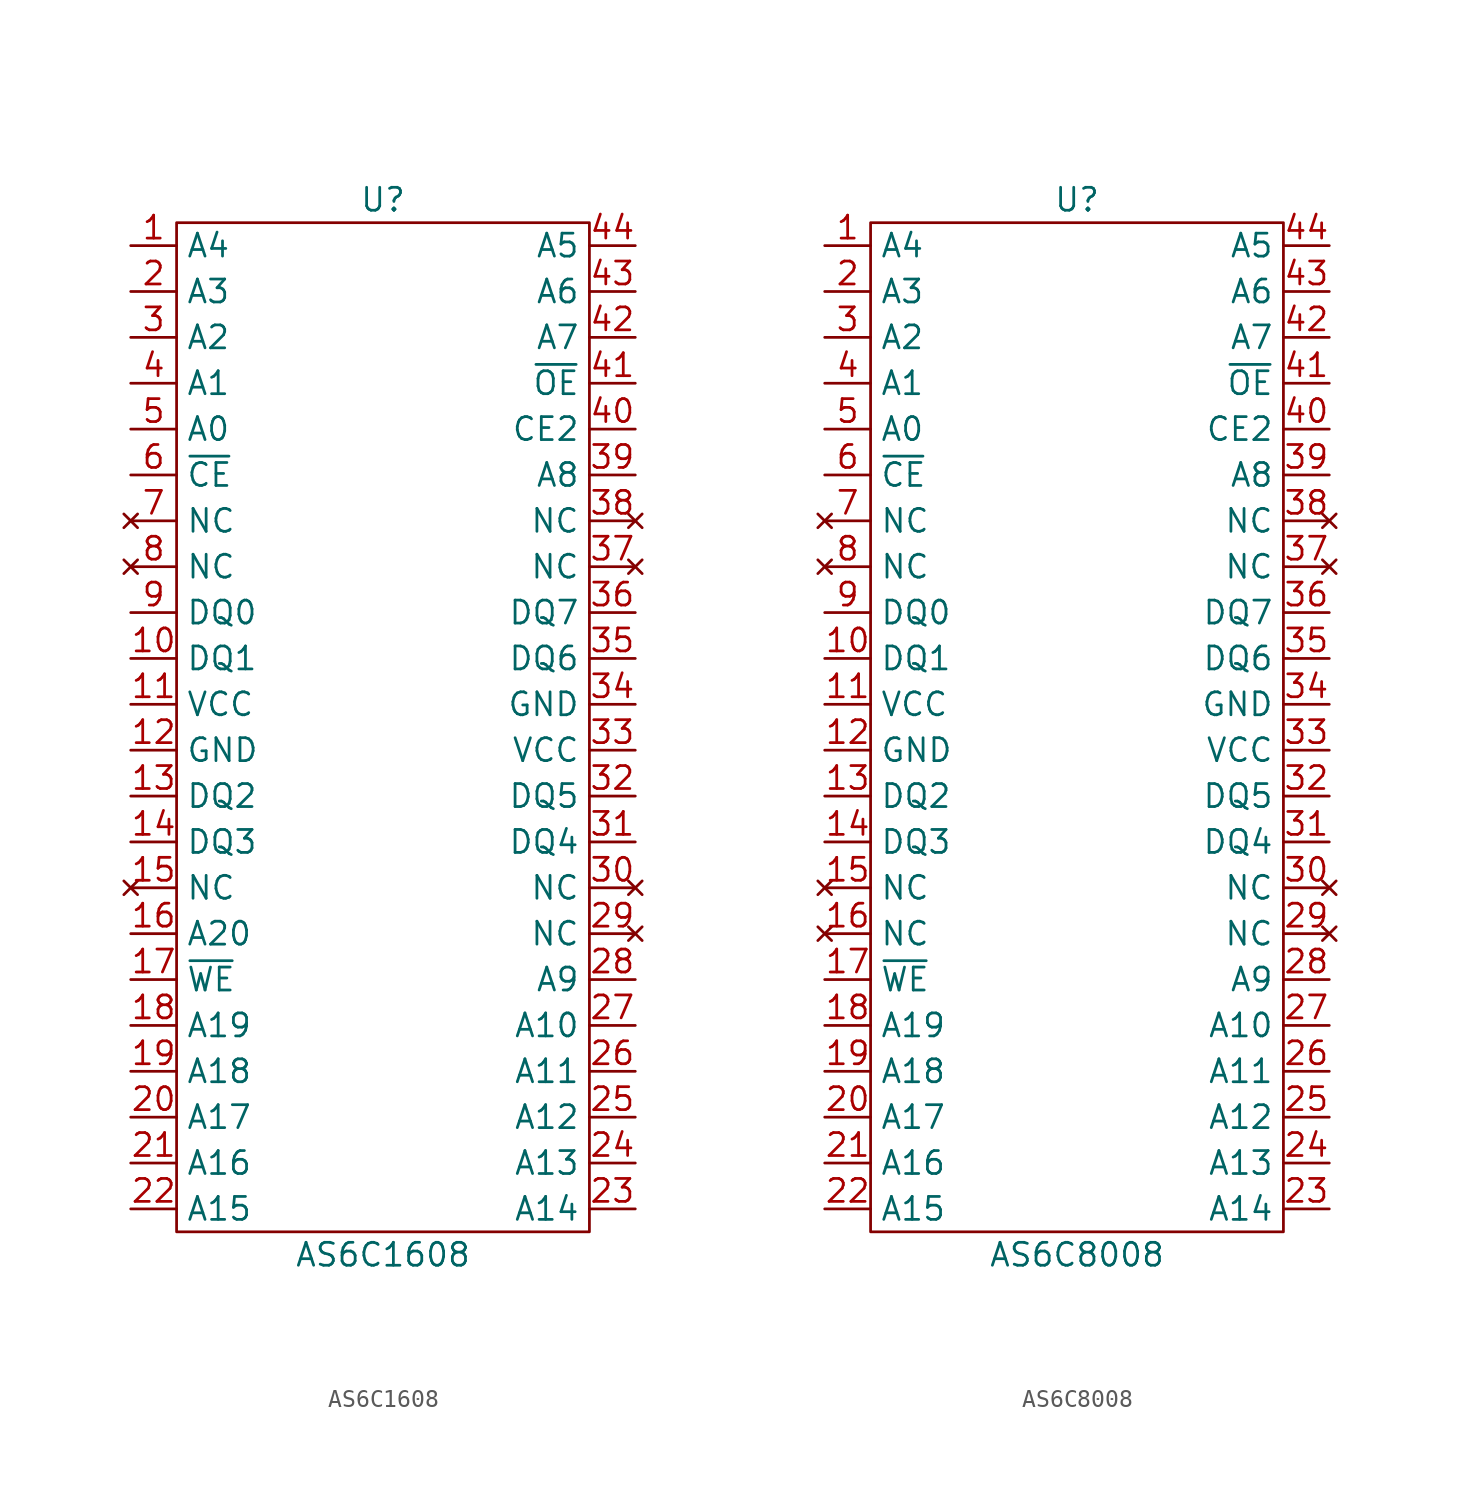
<source format=kicad_sym>
(kicad_symbol_lib
  (version 20211014)
  (generator kicad_symbol_editor)
  (symbol "AS6C1608"
    (property "Reference" "U"
      (at 0 0 0)
      (effects (font (size 1.27 1.27))))
    (property "Value" "AS6C1608"
      (at 0 -58.42 0)
      (effects (font (size 1.27 1.27))))
    (symbol "AS6C1608_0_1"
      (rectangle (start -11.43 -1.27) (end 11.43 -57.15) (stroke (width 0) (type default) (color 0 0 0 0)) (fill (type none))))
    (symbol "AS6C1608_1_1"
      (pin input line (at -13.97 -2.54 0) (length 2.54) (name "A4" (effects (font (size 1.27 1.27)))) (number "1" (effects (font (size 1.27 1.27)))))
      (pin tri_state line (at -13.97 -25.4 0) (length 2.54) (name "DQ1" (effects (font (size 1.27 1.27)))) (number "10" (effects (font (size 1.27 1.27)))))
      (pin power_in line (at -13.97 -27.94 0) (length 2.54) (name "VCC" (effects (font (size 1.27 1.27)))) (number "11" (effects (font (size 1.27 1.27)))))
      (pin power_out line (at -13.97 -30.48 0) (length 2.54) (name "GND" (effects (font (size 1.27 1.27)))) (number "12" (effects (font (size 1.27 1.27)))))
      (pin tri_state line (at -13.97 -33.02 0) (length 2.54) (name "DQ2" (effects (font (size 1.27 1.27)))) (number "13" (effects (font (size 1.27 1.27)))))
      (pin tri_state line (at -13.97 -35.56 0) (length 2.54) (name "DQ3" (effects (font (size 1.27 1.27)))) (number "14" (effects (font (size 1.27 1.27)))))
      (pin no_connect line (at -13.97 -38.1 0) (length 2.54) (name "NC" (effects (font (size 1.27 1.27)))) (number "15" (effects (font (size 1.27 1.27)))))
      (pin input line (at -13.97 -40.64 0) (length 2.54) (name "A20" (effects (font (size 1.27 1.27)))) (number "16" (effects (font (size 1.27 1.27)))))
      (pin input line (at -13.97 -43.18 0) (length 2.54) (name "~{WE}" (effects (font (size 1.27 1.27)))) (number "17" (effects (font (size 1.27 1.27)))))
      (pin input line (at -13.97 -45.72 0) (length 2.54) (name "A19" (effects (font (size 1.27 1.27)))) (number "18" (effects (font (size 1.27 1.27)))))
      (pin input line (at -13.97 -48.26 0) (length 2.54) (name "A18" (effects (font (size 1.27 1.27)))) (number "19" (effects (font (size 1.27 1.27)))))
      (pin input line (at -13.97 -5.08 0) (length 2.54) (name "A3" (effects (font (size 1.27 1.27)))) (number "2" (effects (font (size 1.27 1.27)))))
      (pin input line (at -13.97 -50.8 0) (length 2.54) (name "A17" (effects (font (size 1.27 1.27)))) (number "20" (effects (font (size 1.27 1.27)))))
      (pin input line (at -13.97 -53.34 0) (length 2.54) (name "A16" (effects (font (size 1.27 1.27)))) (number "21" (effects (font (size 1.27 1.27)))))
      (pin input line (at -13.97 -55.88 0) (length 2.54) (name "A15" (effects (font (size 1.27 1.27)))) (number "22" (effects (font (size 1.27 1.27)))))
      (pin input line (at 13.97 -55.88 180) (length 2.54) (name "A14" (effects (font (size 1.27 1.27)))) (number "23" (effects (font (size 1.27 1.27)))))
      (pin input line (at 13.97 -53.34 180) (length 2.54) (name "A13" (effects (font (size 1.27 1.27)))) (number "24" (effects (font (size 1.27 1.27)))))
      (pin input line (at 13.97 -50.8 180) (length 2.54) (name "A12" (effects (font (size 1.27 1.27)))) (number "25" (effects (font (size 1.27 1.27)))))
      (pin input line (at 13.97 -48.26 180) (length 2.54) (name "A11" (effects (font (size 1.27 1.27)))) (number "26" (effects (font (size 1.27 1.27)))))
      (pin input line (at 13.97 -45.72 180) (length 2.54) (name "A10" (effects (font (size 1.27 1.27)))) (number "27" (effects (font (size 1.27 1.27)))))
      (pin input line (at 13.97 -43.18 180) (length 2.54) (name "A9" (effects (font (size 1.27 1.27)))) (number "28" (effects (font (size 1.27 1.27)))))
      (pin no_connect line (at 13.97 -40.64 180) (length 2.54) (name "NC" (effects (font (size 1.27 1.27)))) (number "29" (effects (font (size 1.27 1.27)))))
      (pin input line (at -13.97 -7.62 0) (length 2.54) (name "A2" (effects (font (size 1.27 1.27)))) (number "3" (effects (font (size 1.27 1.27)))))
      (pin no_connect line (at 13.97 -38.1 180) (length 2.54) (name "NC" (effects (font (size 1.27 1.27)))) (number "30" (effects (font (size 1.27 1.27)))))
      (pin tri_state line (at 13.97 -35.56 180) (length 2.54) (name "DQ4" (effects (font (size 1.27 1.27)))) (number "31" (effects (font (size 1.27 1.27)))))
      (pin tri_state line (at 13.97 -33.02 180) (length 2.54) (name "DQ5" (effects (font (size 1.27 1.27)))) (number "32" (effects (font (size 1.27 1.27)))))
      (pin power_in line (at 13.97 -30.48 180) (length 2.54) (name "VCC" (effects (font (size 1.27 1.27)))) (number "33" (effects (font (size 1.27 1.27)))))
      (pin power_out line (at 13.97 -27.94 180) (length 2.54) (name "GND" (effects (font (size 1.27 1.27)))) (number "34" (effects (font (size 1.27 1.27)))))
      (pin tri_state line (at 13.97 -25.4 180) (length 2.54) (name "DQ6" (effects (font (size 1.27 1.27)))) (number "35" (effects (font (size 1.27 1.27)))))
      (pin tri_state line (at 13.97 -22.86 180) (length 2.54) (name "DQ7" (effects (font (size 1.27 1.27)))) (number "36" (effects (font (size 1.27 1.27)))))
      (pin no_connect line (at 13.97 -20.32 180) (length 2.54) (name "NC" (effects (font (size 1.27 1.27)))) (number "37" (effects (font (size 1.27 1.27)))))
      (pin no_connect line (at 13.97 -17.78 180) (length 2.54) (name "NC" (effects (font (size 1.27 1.27)))) (number "38" (effects (font (size 1.27 1.27)))))
      (pin input line (at 13.97 -15.24 180) (length 2.54) (name "A8" (effects (font (size 1.27 1.27)))) (number "39" (effects (font (size 1.27 1.27)))))
      (pin input line (at -13.97 -10.16 0) (length 2.54) (name "A1" (effects (font (size 1.27 1.27)))) (number "4" (effects (font (size 1.27 1.27)))))
      (pin input line (at 13.97 -12.7 180) (length 2.54) (name "CE2" (effects (font (size 1.27 1.27)))) (number "40" (effects (font (size 1.27 1.27)))))
      (pin input line (at 13.97 -10.16 180) (length 2.54) (name "~{OE}" (effects (font (size 1.27 1.27)))) (number "41" (effects (font (size 1.27 1.27)))))
      (pin input line (at 13.97 -7.62 180) (length 2.54) (name "A7" (effects (font (size 1.27 1.27)))) (number "42" (effects (font (size 1.27 1.27)))))
      (pin input line (at 13.97 -5.08 180) (length 2.54) (name "A6" (effects (font (size 1.27 1.27)))) (number "43" (effects (font (size 1.27 1.27)))))
      (pin input line (at 13.97 -2.54 180) (length 2.54) (name "A5" (effects (font (size 1.27 1.27)))) (number "44" (effects (font (size 1.27 1.27)))))
      (pin input line (at -13.97 -12.7 0) (length 2.54) (name "A0" (effects (font (size 1.27 1.27)))) (number "5" (effects (font (size 1.27 1.27)))))
      (pin input line (at -13.97 -15.24 0) (length 2.54) (name "~{CE}" (effects (font (size 1.27 1.27)))) (number "6" (effects (font (size 1.27 1.27)))))
      (pin no_connect line (at -13.97 -17.78 0) (length 2.54) (name "NC" (effects (font (size 1.27 1.27)))) (number "7" (effects (font (size 1.27 1.27)))))
      (pin no_connect line (at -13.97 -20.32 0) (length 2.54) (name "NC" (effects (font (size 1.27 1.27)))) (number "8" (effects (font (size 1.27 1.27)))))
      (pin tri_state line (at -13.97 -22.86 0) (length 2.54) (name "DQ0" (effects (font (size 1.27 1.27)))) (number "9" (effects (font (size 1.27 1.27)))))))
  (symbol "AS6C8008"
    (property "Reference" "U"
      (at 0 0 0)
      (effects (font (size 1.27 1.27))))
    (property "Value" "AS6C8008"
      (at 0 -58.42 0)
      (effects (font (size 1.27 1.27))))
    (symbol "AS6C8008_0_1"
      (rectangle (start -11.43 -1.27) (end 11.43 -57.15) (stroke (width 0) (type default) (color 0 0 0 0)) (fill (type none))))
    (symbol "AS6C8008_1_1"
      (pin input line (at -13.97 -2.54 0) (length 2.54) (name "A4" (effects (font (size 1.27 1.27)))) (number "1" (effects (font (size 1.27 1.27)))))
      (pin tri_state line (at -13.97 -25.4 0) (length 2.54) (name "DQ1" (effects (font (size 1.27 1.27)))) (number "10" (effects (font (size 1.27 1.27)))))
      (pin power_in line (at -13.97 -27.94 0) (length 2.54) (name "VCC" (effects (font (size 1.27 1.27)))) (number "11" (effects (font (size 1.27 1.27)))))
      (pin power_out line (at -13.97 -30.48 0) (length 2.54) (name "GND" (effects (font (size 1.27 1.27)))) (number "12" (effects (font (size 1.27 1.27)))))
      (pin tri_state line (at -13.97 -33.02 0) (length 2.54) (name "DQ2" (effects (font (size 1.27 1.27)))) (number "13" (effects (font (size 1.27 1.27)))))
      (pin tri_state line (at -13.97 -35.56 0) (length 2.54) (name "DQ3" (effects (font (size 1.27 1.27)))) (number "14" (effects (font (size 1.27 1.27)))))
      (pin no_connect line (at -13.97 -38.1 0) (length 2.54) (name "NC" (effects (font (size 1.27 1.27)))) (number "15" (effects (font (size 1.27 1.27)))))
      (pin no_connect line (at -13.97 -40.64 0) (length 2.54) (name "NC" (effects (font (size 1.27 1.27)))) (number "16" (effects (font (size 1.27 1.27)))))
      (pin input line (at -13.97 -43.18 0) (length 2.54) (name "~{WE}" (effects (font (size 1.27 1.27)))) (number "17" (effects (font (size 1.27 1.27)))))
      (pin input line (at -13.97 -45.72 0) (length 2.54) (name "A19" (effects (font (size 1.27 1.27)))) (number "18" (effects (font (size 1.27 1.27)))))
      (pin input line (at -13.97 -48.26 0) (length 2.54) (name "A18" (effects (font (size 1.27 1.27)))) (number "19" (effects (font (size 1.27 1.27)))))
      (pin input line (at -13.97 -5.08 0) (length 2.54) (name "A3" (effects (font (size 1.27 1.27)))) (number "2" (effects (font (size 1.27 1.27)))))
      (pin input line (at -13.97 -50.8 0) (length 2.54) (name "A17" (effects (font (size 1.27 1.27)))) (number "20" (effects (font (size 1.27 1.27)))))
      (pin input line (at -13.97 -53.34 0) (length 2.54) (name "A16" (effects (font (size 1.27 1.27)))) (number "21" (effects (font (size 1.27 1.27)))))
      (pin input line (at -13.97 -55.88 0) (length 2.54) (name "A15" (effects (font (size 1.27 1.27)))) (number "22" (effects (font (size 1.27 1.27)))))
      (pin input line (at 13.97 -55.88 180) (length 2.54) (name "A14" (effects (font (size 1.27 1.27)))) (number "23" (effects (font (size 1.27 1.27)))))
      (pin input line (at 13.97 -53.34 180) (length 2.54) (name "A13" (effects (font (size 1.27 1.27)))) (number "24" (effects (font (size 1.27 1.27)))))
      (pin input line (at 13.97 -50.8 180) (length 2.54) (name "A12" (effects (font (size 1.27 1.27)))) (number "25" (effects (font (size 1.27 1.27)))))
      (pin input line (at 13.97 -48.26 180) (length 2.54) (name "A11" (effects (font (size 1.27 1.27)))) (number "26" (effects (font (size 1.27 1.27)))))
      (pin input line (at 13.97 -45.72 180) (length 2.54) (name "A10" (effects (font (size 1.27 1.27)))) (number "27" (effects (font (size 1.27 1.27)))))
      (pin input line (at 13.97 -43.18 180) (length 2.54) (name "A9" (effects (font (size 1.27 1.27)))) (number "28" (effects (font (size 1.27 1.27)))))
      (pin no_connect line (at 13.97 -40.64 180) (length 2.54) (name "NC" (effects (font (size 1.27 1.27)))) (number "29" (effects (font (size 1.27 1.27)))))
      (pin input line (at -13.97 -7.62 0) (length 2.54) (name "A2" (effects (font (size 1.27 1.27)))) (number "3" (effects (font (size 1.27 1.27)))))
      (pin no_connect line (at 13.97 -38.1 180) (length 2.54) (name "NC" (effects (font (size 1.27 1.27)))) (number "30" (effects (font (size 1.27 1.27)))))
      (pin tri_state line (at 13.97 -35.56 180) (length 2.54) (name "DQ4" (effects (font (size 1.27 1.27)))) (number "31" (effects (font (size 1.27 1.27)))))
      (pin tri_state line (at 13.97 -33.02 180) (length 2.54) (name "DQ5" (effects (font (size 1.27 1.27)))) (number "32" (effects (font (size 1.27 1.27)))))
      (pin power_in line (at 13.97 -30.48 180) (length 2.54) (name "VCC" (effects (font (size 1.27 1.27)))) (number "33" (effects (font (size 1.27 1.27)))))
      (pin power_out line (at 13.97 -27.94 180) (length 2.54) (name "GND" (effects (font (size 1.27 1.27)))) (number "34" (effects (font (size 1.27 1.27)))))
      (pin tri_state line (at 13.97 -25.4 180) (length 2.54) (name "DQ6" (effects (font (size 1.27 1.27)))) (number "35" (effects (font (size 1.27 1.27)))))
      (pin tri_state line (at 13.97 -22.86 180) (length 2.54) (name "DQ7" (effects (font (size 1.27 1.27)))) (number "36" (effects (font (size 1.27 1.27)))))
      (pin no_connect line (at 13.97 -20.32 180) (length 2.54) (name "NC" (effects (font (size 1.27 1.27)))) (number "37" (effects (font (size 1.27 1.27)))))
      (pin no_connect line (at 13.97 -17.78 180) (length 2.54) (name "NC" (effects (font (size 1.27 1.27)))) (number "38" (effects (font (size 1.27 1.27)))))
      (pin input line (at 13.97 -15.24 180) (length 2.54) (name "A8" (effects (font (size 1.27 1.27)))) (number "39" (effects (font (size 1.27 1.27)))))
      (pin input line (at -13.97 -10.16 0) (length 2.54) (name "A1" (effects (font (size 1.27 1.27)))) (number "4" (effects (font (size 1.27 1.27)))))
      (pin input line (at 13.97 -12.7 180) (length 2.54) (name "CE2" (effects (font (size 1.27 1.27)))) (number "40" (effects (font (size 1.27 1.27)))))
      (pin input line (at 13.97 -10.16 180) (length 2.54) (name "~{OE}" (effects (font (size 1.27 1.27)))) (number "41" (effects (font (size 1.27 1.27)))))
      (pin input line (at 13.97 -7.62 180) (length 2.54) (name "A7" (effects (font (size 1.27 1.27)))) (number "42" (effects (font (size 1.27 1.27)))))
      (pin input line (at 13.97 -5.08 180) (length 2.54) (name "A6" (effects (font (size 1.27 1.27)))) (number "43" (effects (font (size 1.27 1.27)))))
      (pin input line (at 13.97 -2.54 180) (length 2.54) (name "A5" (effects (font (size 1.27 1.27)))) (number "44" (effects (font (size 1.27 1.27)))))
      (pin input line (at -13.97 -12.7 0) (length 2.54) (name "A0" (effects (font (size 1.27 1.27)))) (number "5" (effects (font (size 1.27 1.27)))))
      (pin input line (at -13.97 -15.24 0) (length 2.54) (name "~{CE}" (effects (font (size 1.27 1.27)))) (number "6" (effects (font (size 1.27 1.27)))))
      (pin no_connect line (at -13.97 -17.78 0) (length 2.54) (name "NC" (effects (font (size 1.27 1.27)))) (number "7" (effects (font (size 1.27 1.27)))))
      (pin no_connect line (at -13.97 -20.32 0) (length 2.54) (name "NC" (effects (font (size 1.27 1.27)))) (number "8" (effects (font (size 1.27 1.27)))))
      (pin tri_state line (at -13.97 -22.86 0) (length 2.54) (name "DQ0" (effects (font (size 1.27 1.27)))) (number "9" (effects (font (size 1.27 1.27))))))))
</source>
